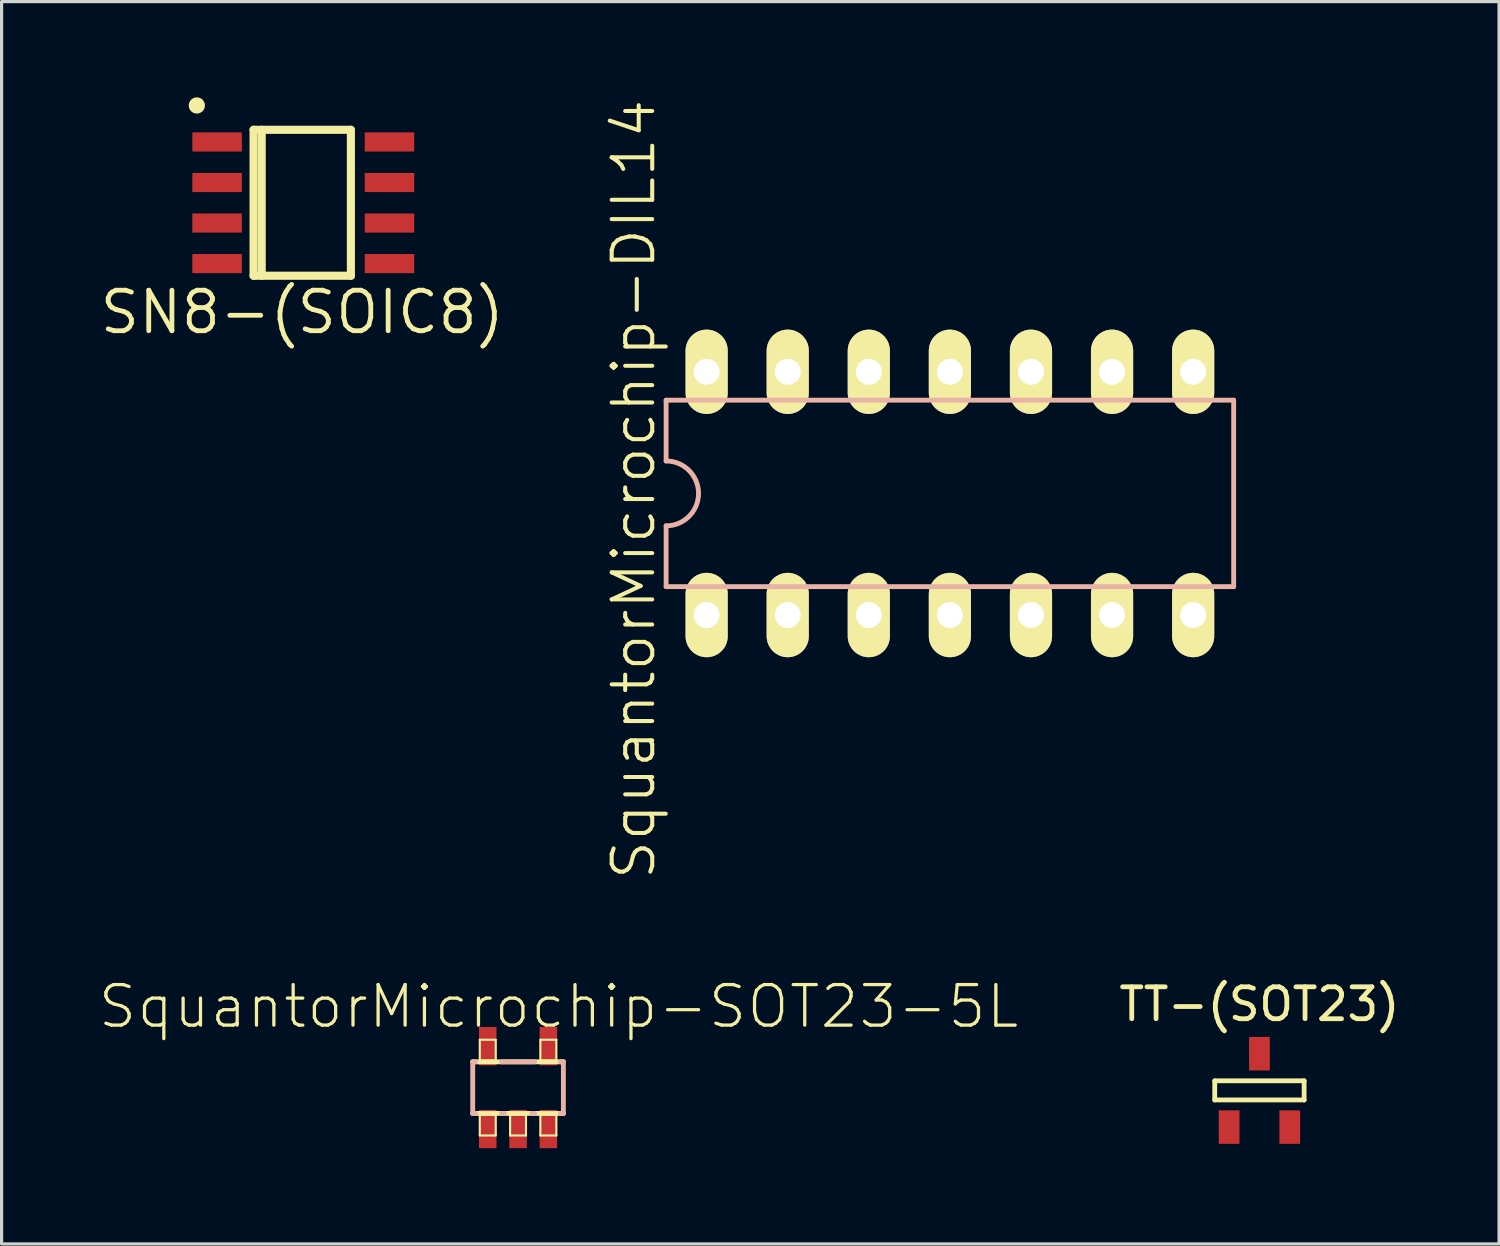
<source format=kicad_pcb>
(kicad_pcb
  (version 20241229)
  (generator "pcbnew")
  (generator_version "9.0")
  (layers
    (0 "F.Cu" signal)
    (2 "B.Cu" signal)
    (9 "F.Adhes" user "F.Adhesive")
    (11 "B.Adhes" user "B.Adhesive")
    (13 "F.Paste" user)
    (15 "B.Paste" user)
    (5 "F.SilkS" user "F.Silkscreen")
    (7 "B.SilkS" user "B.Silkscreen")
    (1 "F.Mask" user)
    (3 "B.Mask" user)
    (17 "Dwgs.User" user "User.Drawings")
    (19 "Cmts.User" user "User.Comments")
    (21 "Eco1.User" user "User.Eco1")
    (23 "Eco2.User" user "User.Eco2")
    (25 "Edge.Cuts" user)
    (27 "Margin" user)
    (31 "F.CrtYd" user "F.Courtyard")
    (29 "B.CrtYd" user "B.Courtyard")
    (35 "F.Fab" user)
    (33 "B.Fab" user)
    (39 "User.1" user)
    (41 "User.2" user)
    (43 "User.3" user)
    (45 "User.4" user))
  (footprint "SquantorMicrochip-SOT23-5L"
    (layer "F.Cu")
    (at 13.179 31.021)
    (property "Reference" "SquantorMicrochip-SOT23-5L" (at 1.27 -2.54 0) (layer "F.SilkS") (effects (font (size 1.27 1.27) (thickness 0.102))))
    (attr smd)
    (fp_line (start -1.42 -0.808) (end 1.42 -0.808) (stroke (width 0.152) (type solid)) (layer "F.SilkS"))
    (fp_line (start -1.199 -1.499) (end -0.699 -1.499) (stroke (width 0.066) (type solid)) (layer "F.SilkS"))
    (fp_line (start -1.199 -0.848) (end -1.199 -1.499) (stroke (width 0.066) (type solid)) (layer "F.SilkS"))
    (fp_line (start -1.199 -0.848) (end -0.699 -0.848) (stroke (width 0.066) (type solid)) (layer "F.SilkS"))
    (fp_line (start -1.199 0.848) (end -0.699 0.848) (stroke (width 0.066) (type solid)) (layer "F.SilkS"))
    (fp_line (start -1.199 1.499) (end -1.199 0.848) (stroke (width 0.066) (type solid)) (layer "F.SilkS"))
    (fp_line (start -1.199 1.499) (end -0.699 1.499) (stroke (width 0.066) (type solid)) (layer "F.SilkS"))
    (fp_line (start -0.699 -0.848) (end -0.699 -1.499) (stroke (width 0.066) (type solid)) (layer "F.SilkS"))
    (fp_line (start -0.699 1.499) (end -0.699 0.848) (stroke (width 0.066) (type solid)) (layer "F.SilkS"))
    (fp_line (start -0.249 0.848) (end 0.249 0.848) (stroke (width 0.066) (type solid)) (layer "F.SilkS"))
    (fp_line (start -0.249 1.499) (end -0.249 0.848) (stroke (width 0.066) (type solid)) (layer "F.SilkS"))
    (fp_line (start -0.249 1.499) (end 0.249 1.499) (stroke (width 0.066) (type solid)) (layer "F.SilkS"))
    (fp_line (start 0.249 1.499) (end 0.249 0.848) (stroke (width 0.066) (type solid)) (layer "F.SilkS"))
    (fp_line (start 0.699 -1.499) (end 1.199 -1.499) (stroke (width 0.066) (type solid)) (layer "F.SilkS"))
    (fp_line (start 0.699 -0.848) (end 0.699 -1.499) (stroke (width 0.066) (type solid)) (layer "F.SilkS"))
    (fp_line (start 0.699 -0.848) (end 1.199 -0.848) (stroke (width 0.066) (type solid)) (layer "F.SilkS"))
    (fp_line (start 0.699 0.848) (end 1.199 0.848) (stroke (width 0.066) (type solid)) (layer "F.SilkS"))
    (fp_line (start 0.699 1.499) (end 0.699 0.848) (stroke (width 0.066) (type solid)) (layer "F.SilkS"))
    (fp_line (start 0.699 1.499) (end 1.199 1.499) (stroke (width 0.066) (type solid)) (layer "F.SilkS"))
    (fp_line (start 1.199 -0.848) (end 1.199 -1.499) (stroke (width 0.066) (type solid)) (layer "F.SilkS"))
    (fp_line (start 1.199 1.499) (end 1.199 0.848) (stroke (width 0.066) (type solid)) (layer "F.SilkS"))
    (fp_line (start 1.42 0.808) (end -1.42 0.808) (stroke (width 0.152) (type solid)) (layer "F.SilkS"))
    (fp_line (start -1.42 -0.808) (end -1.326 -0.808) (stroke (width 0.152) (type solid)) (layer "B.SilkS"))
    (fp_line (start -1.42 0.808) (end -1.42 -0.808) (stroke (width 0.152) (type solid)) (layer "B.SilkS"))
    (fp_line (start -1.326 0.808) (end -1.42 0.808) (stroke (width 0.152) (type solid)) (layer "B.SilkS"))
    (fp_line (start -0.521 -0.808) (end 0.521 -0.808) (stroke (width 0.152) (type solid)) (layer "B.SilkS"))
    (fp_line (start -0.427 0.808) (end -0.521 0.808) (stroke (width 0.152) (type solid)) (layer "B.SilkS"))
    (fp_line (start 0.521 0.808) (end 0.427 0.808) (stroke (width 0.152) (type solid)) (layer "B.SilkS"))
    (fp_line (start 1.326 -0.808) (end 1.42 -0.808) (stroke (width 0.152) (type solid)) (layer "B.SilkS"))
    (fp_line (start 1.42 -0.808) (end 1.42 0.808) (stroke (width 0.152) (type solid)) (layer "B.SilkS"))
    (fp_line (start 1.42 0.808) (end 1.326 0.808) (stroke (width 0.152) (type solid)) (layer "B.SilkS"))
    (pad "1" smd rect (at -0.95 1.298) (size 0.549 1.199) (layers "F.Cu" "F.Mask" "F.Paste"))
    (pad "2" smd rect (at 0 1.298) (size 0.549 1.199) (layers "F.Cu" "F.Mask" "F.Paste"))
    (pad "3" smd rect (at 0.95 1.298) (size 0.549 1.199) (layers "F.Cu" "F.Mask" "F.Paste"))
    (pad "4" smd rect (at 0.95 -1.298) (size 0.549 1.199) (layers "F.Cu" "F.Mask" "F.Paste"))
    (pad "5" smd rect (at -0.95 -1.298) (size 0.549 1.199) (layers "F.Cu" "F.Mask" "F.Paste")))
  (footprint "SN8-(SOIC8)"
    (layer "F.Cu")
    (at 6.418 3.302)
    (property "Reference" "SN8-(SOIC8)" (at 0 3.429 0) (layer "F.SilkS") (effects (font (size 1.27 1.27) (thickness 0.15))))
    (attr through_hole)
    (fp_line (start -1.524 -2.286) (end 1.524 -2.286) (stroke (width 0.254) (type solid)) (layer "F.SilkS"))
    (fp_line (start -1.524 2.286) (end -1.524 -2.286) (stroke (width 0.254) (type solid)) (layer "F.SilkS"))
    (fp_line (start -1.27 -2.286) (end -1.27 2.286) (stroke (width 0.254) (type solid)) (layer "F.SilkS"))
    (fp_line (start 1.524 -2.286) (end 1.524 2.286) (stroke (width 0.254) (type solid)) (layer "F.SilkS"))
    (fp_line (start 1.524 2.286) (end -1.524 2.286) (stroke (width 0.254) (type solid)) (layer "F.SilkS"))
    (fp_circle (center -3.302 -3.048) (end -3.175 -3.048) (stroke (width 0.254) (type solid)) (fill no) (layer "F.SilkS"))
    (pad "1" smd rect (at -2.667 -1.905 270) (size 0.6 1.55) (layers "F.Cu" "F.Mask" "F.Paste"))
    (pad "2" smd rect (at -2.667 -0.635 270) (size 0.6 1.55) (layers "F.Cu" "F.Mask" "F.Paste"))
    (pad "3" smd rect (at -2.667 0.635 270) (size 0.6 1.55) (layers "F.Cu" "F.Mask" "F.Paste"))
    (pad "4" smd rect (at -2.667 1.905 270) (size 0.6 1.55) (layers "F.Cu" "F.Mask" "F.Paste"))
    (pad "5" smd rect (at 2.733 1.905 270) (size 0.6 1.55) (layers "F.Cu" "F.Mask" "F.Paste"))
    (pad "6" smd rect (at 2.733 0.635 270) (size 0.6 1.55) (layers "F.Cu" "F.Mask" "F.Paste"))
    (pad "7" smd rect (at 2.733 -0.635 270) (size 0.6 1.55) (layers "F.Cu" "F.Mask" "F.Paste"))
    (pad "8" smd rect (at 2.733 -1.905 270) (size 0.6 1.55) (layers "F.Cu" "F.Mask" "F.Paste")))
  (footprint "TT-(SOT23)"
    (layer "F.Cu")
    (at 36.404 31.108)
    (property "Reference" "TT-(SOT23)" (at 0 -2.7 0) (layer "F.SilkS") (effects (font (size 1 1) (thickness 0.15))))
    (attr through_hole)
    (fp_line (start -1.4 -0.3) (end -1.4 0.3) (stroke (width 0.15) (type solid)) (layer "F.SilkS"))
    (fp_line (start -1.4 0.3) (end 1.4 0.3) (stroke (width 0.15) (type solid)) (layer "F.SilkS"))
    (fp_line (start 1.4 -0.3) (end -1.4 -0.3) (stroke (width 0.15) (type solid)) (layer "F.SilkS"))
    (fp_line (start 1.4 0.3) (end 1.4 -0.3) (stroke (width 0.15) (type solid)) (layer "F.SilkS"))
    (pad "1" smd rect (at -0.95 1.15) (size 0.65 1.05) (layers "F.Cu" "F.Mask" "F.Paste"))
    (pad "2" smd rect (at 0.95 1.15) (size 0.65 1.05) (layers "F.Cu" "F.Mask" "F.Paste"))
    (pad "3" smd rect (at 0 -1.15) (size 0.65 1.05) (layers "F.Cu" "F.Mask" "F.Paste")))
  (footprint "SquantorMicrochip-DIL14"
    (layer "F.Cu")
    (at 26.707 12.407)
    (property "Reference" "SquantorMicrochip-DIL14" (at -9.906 -0.127 90) (layer "F.SilkS") (effects (font (size 1.27 1.27) (thickness 0.127))))
    (attr exclude_from_pos_files exclude_from_bom)
    (fp_line (start -8.89 -2.921) (end -8.89 -1.016) (stroke (width 0.152) (type solid)) (layer "B.SilkS"))
    (fp_line (start -8.89 2.921) (end -8.89 1.016) (stroke (width 0.152) (type solid)) (layer "B.SilkS"))
    (fp_line (start -8.89 2.921) (end 8.89 2.921) (stroke (width 0.152) (type solid)) (layer "B.SilkS"))
    (fp_line (start 8.89 -2.921) (end -8.89 -2.921) (stroke (width 0.152) (type solid)) (layer "B.SilkS"))
    (fp_line (start 8.89 -2.921) (end 8.89 2.921) (stroke (width 0.152) (type solid)) (layer "B.SilkS"))
    (fp_arc (start -8.89 -1.016) (mid -7.874 0) (end -8.89 1.016) (stroke (width 0.1524) (type solid)) (layer "B.SilkS"))
    (pad "1" thru_hole oval (at -7.62 3.81 180) (size 1.321 2.642) (drill 0.813) (layers "*.Cu" "F.Mask" "F.SilkS" "F.Paste"))
    (pad "2" thru_hole oval (at -5.08 3.81 180) (size 1.321 2.642) (drill 0.813) (layers "*.Cu" "F.Mask" "F.SilkS" "F.Paste"))
    (pad "3" thru_hole oval (at -2.54 3.81 180) (size 1.321 2.642) (drill 0.813) (layers "*.Cu" "F.Mask" "F.SilkS" "F.Paste"))
    (pad "4" thru_hole oval (at 0 3.81 180) (size 1.321 2.642) (drill 0.813) (layers "*.Cu" "F.Mask" "F.SilkS" "F.Paste"))
    (pad "5" thru_hole oval (at 2.54 3.81 180) (size 1.321 2.642) (drill 0.813) (layers "*.Cu" "F.Mask" "F.SilkS" "F.Paste"))
    (pad "6" thru_hole oval (at 5.08 3.81 180) (size 1.321 2.642) (drill 0.813) (layers "*.Cu" "F.Mask" "F.SilkS" "F.Paste"))
    (pad "7" thru_hole oval (at 7.62 3.81 180) (size 1.321 2.642) (drill 0.813) (layers "*.Cu" "F.Mask" "F.SilkS" "F.Paste"))
    (pad "8" thru_hole oval (at 7.62 -3.81 180) (size 1.321 2.642) (drill 0.813) (layers "*.Cu" "F.Mask" "F.SilkS" "F.Paste"))
    (pad "9" thru_hole oval (at 5.08 -3.81 180) (size 1.321 2.642) (drill 0.813) (layers "*.Cu" "F.Mask" "F.SilkS" "F.Paste"))
    (pad "10" thru_hole oval (at 2.54 -3.81 180) (size 1.321 2.642) (drill 0.813) (layers "*.Cu" "F.Mask" "F.SilkS" "F.Paste"))
    (pad "11" thru_hole oval (at 0 -3.81 180) (size 1.321 2.642) (drill 0.813) (layers "*.Cu" "F.Mask" "F.SilkS" "F.Paste"))
    (pad "12" thru_hole oval (at -2.54 -3.81 180) (size 1.321 2.642) (drill 0.813) (layers "*.Cu" "F.Mask" "F.SilkS" "F.Paste"))
    (pad "13" thru_hole oval (at -5.08 -3.81 180) (size 1.321 2.642) (drill 0.813) (layers "*.Cu" "F.Mask" "F.SilkS" "F.Paste"))
    (pad "14" thru_hole oval (at -7.62 -3.81 180) (size 1.321 2.642) (drill 0.813) (layers "*.Cu" "F.Mask" "F.SilkS" "F.Paste")))
  (gr_rect
    (start -3 -3)
    (end 43.91 35.918)
    (stroke (width 0.1) (type default))
    (fill no)
    (layer "Edge.Cuts")))
</source>
